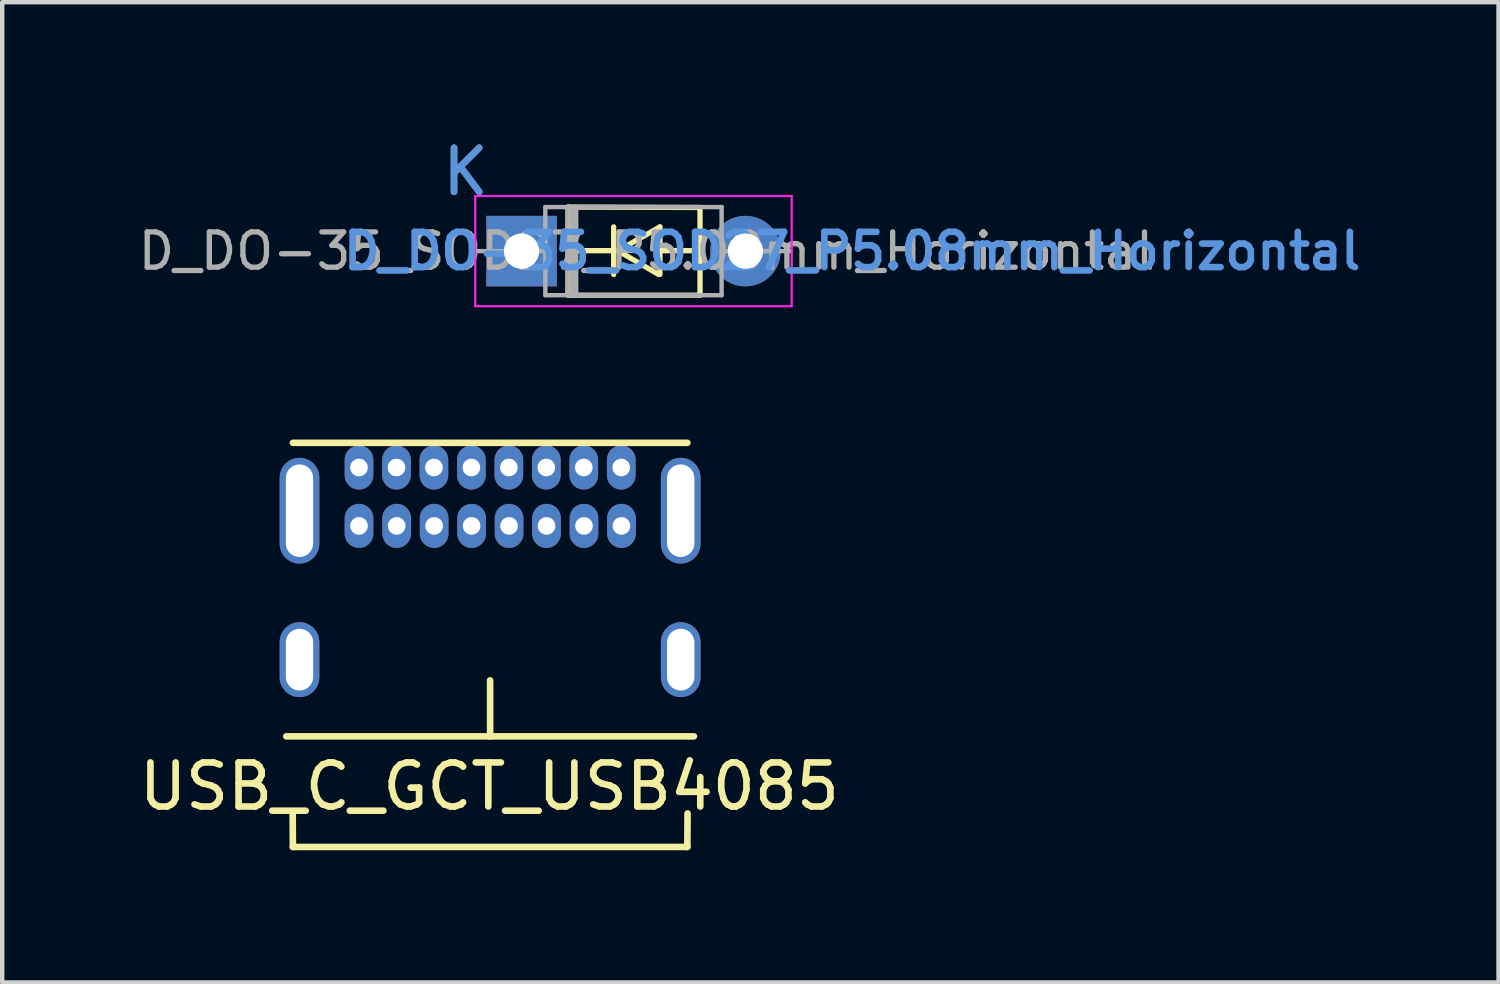
<source format=kicad_pcb>
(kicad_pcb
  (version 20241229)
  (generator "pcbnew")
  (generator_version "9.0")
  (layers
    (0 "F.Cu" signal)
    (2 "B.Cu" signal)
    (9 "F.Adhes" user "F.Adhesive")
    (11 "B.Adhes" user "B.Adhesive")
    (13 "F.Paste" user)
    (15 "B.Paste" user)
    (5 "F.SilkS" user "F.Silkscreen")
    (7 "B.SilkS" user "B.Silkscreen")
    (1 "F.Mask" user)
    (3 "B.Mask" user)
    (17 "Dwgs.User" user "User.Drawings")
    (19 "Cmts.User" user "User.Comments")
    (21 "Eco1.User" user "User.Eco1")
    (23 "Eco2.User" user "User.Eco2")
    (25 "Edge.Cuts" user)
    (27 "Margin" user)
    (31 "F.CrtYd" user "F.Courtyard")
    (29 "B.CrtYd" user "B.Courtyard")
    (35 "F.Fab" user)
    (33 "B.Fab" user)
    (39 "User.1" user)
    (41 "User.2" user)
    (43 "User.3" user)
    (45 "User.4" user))
  (footprint "D_DO-35_SOD27_P5.08mm_Horizontal"
    (layer "F.Cu")
    (at 7.514 2.648)
    (property "Reference" "D_DO-35_SOD27_P5.08mm_Horizontal" (at 8.77 0 0) (layer "Cmts.User") (effects (font (size 0.8 0.8) (thickness 0.15))))
    (attr through_hole)
    (fp_line (start 2.33 -1) (end 5.32 -0.99) (stroke (width 0.12) (type solid)) (layer "F.SilkS"))
    (fp_line (start 2.33 -0.01) (end 3.35 -0.01) (stroke (width 0.12) (type solid)) (layer "F.SilkS"))
    (fp_line (start 2.33 1) (end 2.33 -1) (stroke (width 0.12) (type solid)) (layer "F.SilkS"))
    (fp_line (start 2.34 1) (end 5.31 1) (stroke (width 0.12) (type solid)) (layer "F.SilkS"))
    (fp_line (start 3.36 0.53) (end 3.36 -0.55) (stroke (width 0.12) (type solid)) (layer "F.SilkS"))
    (fp_line (start 3.46 -0.01) (end 4.41 -0.55) (stroke (width 0.12) (type solid)) (layer "F.SilkS"))
    (fp_line (start 3.47 0) (end 4.38 0.53) (stroke (width 0.12) (type solid)) (layer "F.SilkS"))
    (fp_line (start 4.41 0.53) (end 4.41 -0.55) (stroke (width 0.12) (type solid)) (layer "F.SilkS"))
    (fp_line (start 5.32 -0.01) (end 4.41 -0.01) (stroke (width 0.12) (type solid)) (layer "F.SilkS"))
    (fp_line (start 5.32 1) (end 5.32 -0.99) (stroke (width 0.12) (type solid)) (layer "F.SilkS"))
    (fp_line (start 0.22 -1.25) (end 0.22 1.25) (stroke (width 0.05) (type solid)) (layer "F.CrtYd"))
    (fp_line (start 0.22 1.25) (end 7.4 1.25) (stroke (width 0.05) (type solid)) (layer "F.CrtYd"))
    (fp_line (start 7.4 -1.25) (end 0.22 -1.25) (stroke (width 0.05) (type solid)) (layer "F.CrtYd"))
    (fp_line (start 7.4 1.25) (end 7.4 -1.25) (stroke (width 0.05) (type solid)) (layer "F.CrtYd"))
    (fp_line (start 0.25 0) (end 1.81 0) (stroke (width 0.1) (type solid)) (layer "F.Fab"))
    (fp_line (start 1.81 -1) (end 1.81 1) (stroke (width 0.1) (type solid)) (layer "F.Fab"))
    (fp_line (start 1.81 1) (end 5.81 1) (stroke (width 0.1) (type solid)) (layer "F.Fab"))
    (fp_line (start 2.31 -1) (end 2.31 1) (stroke (width 0.1) (type solid)) (layer "F.Fab"))
    (fp_line (start 2.41 -1) (end 2.41 1) (stroke (width 0.1) (type solid)) (layer "F.Fab"))
    (fp_line (start 2.51 -1) (end 2.51 1) (stroke (width 0.1) (type solid)) (layer "F.Fab"))
    (fp_line (start 5.81 -1) (end 1.81 -1) (stroke (width 0.1) (type solid)) (layer "F.Fab"))
    (fp_line (start 5.81 1) (end 5.81 -1) (stroke (width 0.1) (type solid)) (layer "F.Fab"))
    (fp_line (start 7.37 0) (end 5.81 0) (stroke (width 0.1) (type solid)) (layer "F.Fab"))
    (fp_text user "K" (at 0 -1.8 0) (layer "Cmts.User") (effects (font (size 1 1) (thickness 0.15))))
    (fp_text user "K" (at 0 -1.8 0) (layer "F.Fab") (effects (font (size 1 1) (thickness 0.15))))
    (fp_text user "${REFERENCE}" (at 4.11 0 0) (layer "F.Fab") (effects (font (size 0.8 0.8) (thickness 0.12))))
    (pad "1" thru_hole rect (at 1.27 0) (size 1.6 1.6) (drill 0.8) (layers "*.Cu" "*.Mask"))
    (pad "2" thru_hole oval (at 6.35 0) (size 1.6 1.6) (drill 0.8) (layers "*.Cu" "*.Mask")))
  (footprint "USB_C_GCT_USB4085"
    (layer "F.Cu")
    (at 8.071 13.658)
    (property "Reference" "USB_C_GCT_USB4085" (at -0.017 1.137 0) (layer "F.SilkS") (effects (font (size 1 1) (thickness 0.15))))
    (attr through_hole)
    (fp_line (start -4.625 0) (end 4.625 0) (stroke (width 0.15) (type solid)) (layer "F.SilkS"))
    (fp_line (start -4.475 -6.66) (end 4.475 -6.66) (stroke (width 0.15) (type solid)) (layer "F.SilkS"))
    (fp_line (start -4.475 2.51) (end -4.48 1.75) (stroke (width 0.15) (type solid)) (layer "F.SilkS"))
    (fp_line (start -4.475 2.51) (end 4.475 2.51) (stroke (width 0.15) (type solid)) (layer "F.SilkS"))
    (fp_line (start 0 0) (end 0 -1.27) (stroke (width 0.15) (type solid)) (layer "F.SilkS"))
    (fp_line (start 4.48 1.75) (end 4.475 2.51) (stroke (width 0.15) (type solid)) (layer "F.SilkS"))
    (pad "A1" thru_hole oval (at -2.975 -6.1) (size 0.65 1) (drill 0.4) (layers "*.Cu" "*.Mask"))
    (pad "A4" thru_hole oval (at -2.125 -6.1) (size 0.65 1) (drill 0.4) (layers "*.Cu" "*.Mask"))
    (pad "A5" thru_hole oval (at -1.275 -6.1) (size 0.65 1) (drill 0.4) (layers "*.Cu" "*.Mask"))
    (pad "A6" thru_hole oval (at -0.425 -6.1) (size 0.65 1) (drill 0.4) (layers "*.Cu" "*.Mask"))
    (pad "A7" thru_hole oval (at 0.425 -6.1) (size 0.65 1) (drill 0.4) (layers "*.Cu" "*.Mask"))
    (pad "A8" thru_hole oval (at 1.275 -6.1) (size 0.65 1) (drill 0.4) (layers "*.Cu" "*.Mask"))
    (pad "A9" thru_hole oval (at 2.125 -6.1) (size 0.65 1) (drill 0.4) (layers "*.Cu" "*.Mask"))
    (pad "A12" thru_hole oval (at 2.975 -6.1) (size 0.65 1) (drill 0.4) (layers "*.Cu" "*.Mask"))
    (pad "B1" thru_hole oval (at 2.98 -4.775) (size 0.65 1) (drill 0.4) (layers "*.Cu" "*.Mask"))
    (pad "B4" thru_hole oval (at 2.13 -4.775) (size 0.65 1) (drill 0.4) (layers "*.Cu" "*.Mask"))
    (pad "B5" thru_hole oval (at 1.28 -4.775) (size 0.65 1) (drill 0.4) (layers "*.Cu" "*.Mask"))
    (pad "B6" thru_hole oval (at 0.43 -4.775) (size 0.65 1) (drill 0.4) (layers "*.Cu" "*.Mask"))
    (pad "B7" thru_hole oval (at -0.42 -4.775) (size 0.65 1) (drill 0.4) (layers "*.Cu" "*.Mask"))
    (pad "B8" thru_hole oval (at -1.27 -4.775) (size 0.65 1) (drill 0.4) (layers "*.Cu" "*.Mask"))
    (pad "B9" thru_hole oval (at -2.12 -4.775) (size 0.65 1) (drill 0.4) (layers "*.Cu" "*.Mask"))
    (pad "B12" thru_hole oval (at -2.975 -4.775) (size 0.65 1) (drill 0.4) (layers "*.Cu" "*.Mask"))
    (pad "S1" thru_hole oval (at -4.325 -5.12) (size 0.9 2.4) (drill oval 0.62 2.1) (layers "*.Cu" "*.Mask"))
    (pad "S1" thru_hole oval (at -4.325 -1.74) (size 0.9 1.7) (drill oval 0.62 1.4) (layers "*.Cu" "*.Mask"))
    (pad "S1" thru_hole oval (at 4.325 -5.12) (size 0.9 2.4) (drill oval 0.62 2.1) (layers "*.Cu" "*.Mask"))
    (pad "S1" thru_hole oval (at 4.325 -1.74) (size 0.9 1.7) (drill oval 0.62 1.4) (layers "*.Cu" "*.Mask")))
  (gr_rect
    (start -3 -3)
    (end 30.953 19.243)
    (stroke (width 0.1) (type default))
    (fill no)
    (layer "Edge.Cuts")))
</source>
